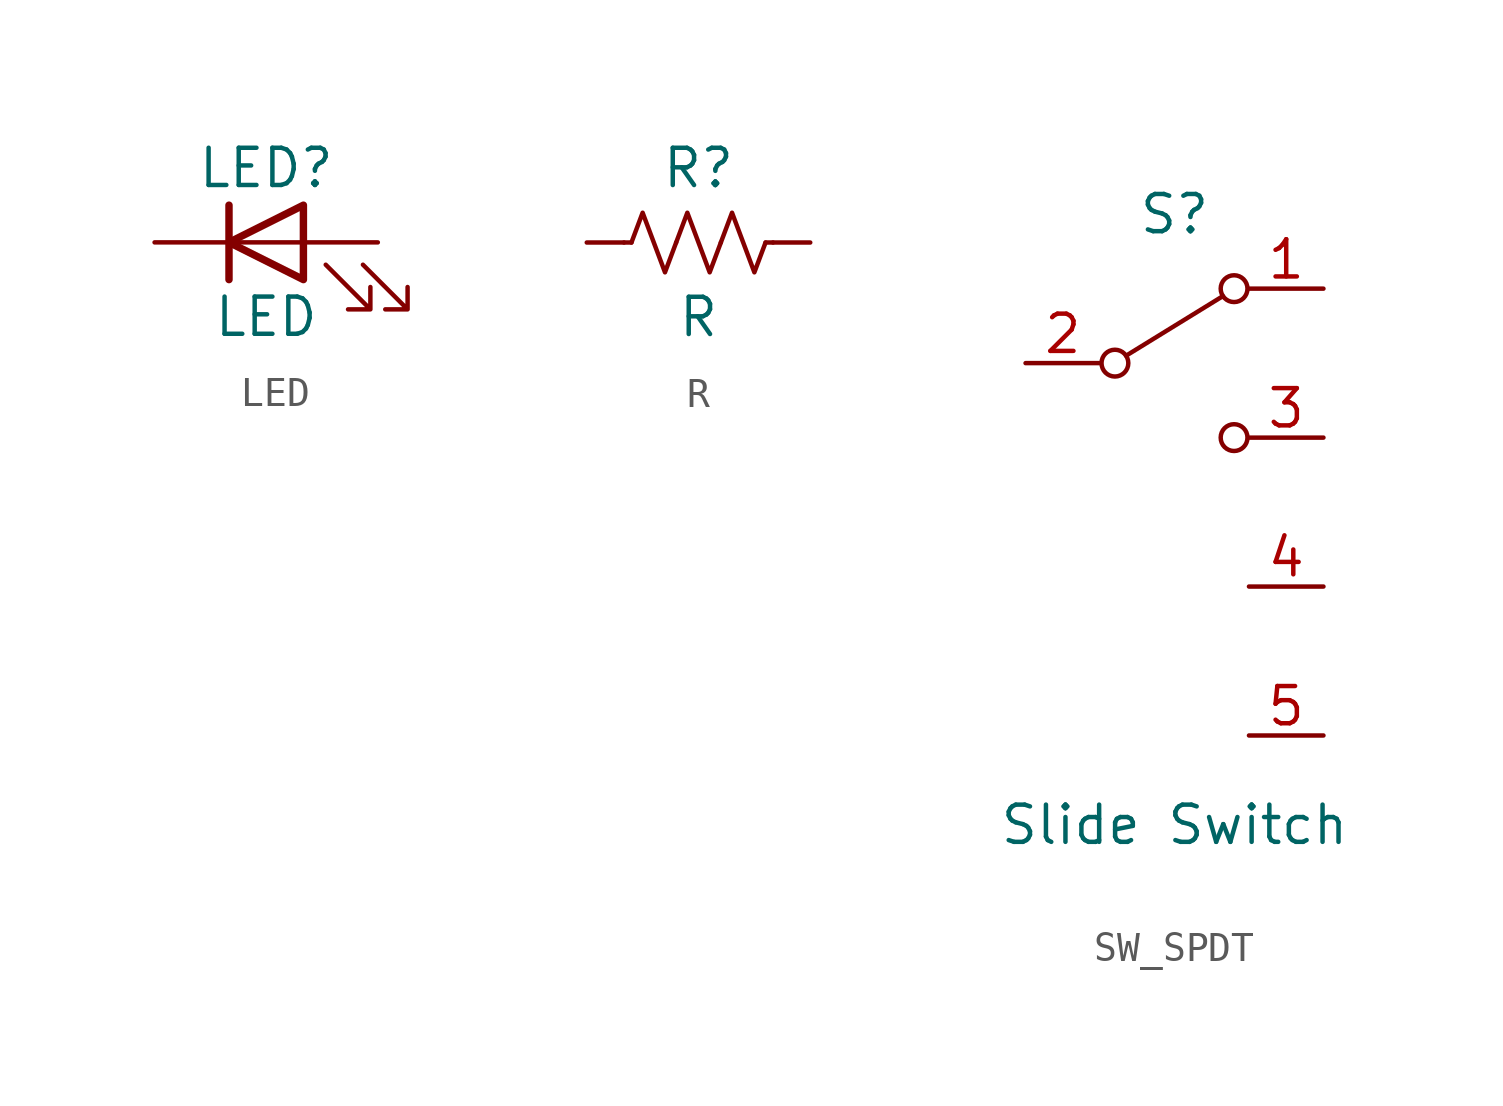
<source format=kicad_sym>
(kicad_symbol_lib
  (version 20241209)
  (generator "kicad_symbol_editor")
  (generator_version "9.0")
  (symbol "LED"
    (pin_numbers
      (hide yes))
    (pin_names
      (offset 1.016)
      (hide yes))
    (property "Reference" "LED"
      (at 0 2.54 0)
      (effects (font (size 1.27 1.27))))
    (property "Value" "LED"
      (at 0 -2.54 0)
      (effects (font (size 1.27 1.27))))
    (symbol "LED_0_1"
      (polyline (pts (xy -1.27 0) (xy 1.27 0)) (stroke (width 0) (type default)) (fill (type none)))
      (polyline (pts (xy -1.27 -1.27) (xy -1.27 1.27)) (stroke (width 0.254) (type default)) (fill (type none)))
      (polyline (pts (xy 1.27 -1.27) (xy 1.27 1.27) (xy -1.27 0) (xy 1.27 -1.27)) (stroke (width 0.254) (type default)) (fill (type none)))
      (polyline (pts (xy 2.032 -0.762) (xy 3.556 -2.286) (xy 3.556 -1.524) (xy 3.556 -2.286) (xy 2.794 -2.286)) (stroke (width 0) (type default)) (fill (type none)))
      (polyline (pts (xy 3.302 -0.762) (xy 4.826 -2.286) (xy 4.826 -1.524) (xy 4.826 -2.286) (xy 4.064 -2.286)) (stroke (width 0) (type default)) (fill (type none))))
    (symbol "LED_1_1"
      (pin passive line (at -3.81 0 0) (length 2.54) (name "K" (effects (font (size 1.27 1.27)))) (number "K" (effects (font (size 1.27 1.27)))))
      (pin passive line (at 3.81 0 180) (length 2.54) (name "A" (effects (font (size 1.27 1.27)))) (number "A" (effects (font (size 1.27 1.27)))))))
  (symbol "R"
    (pin_numbers
      (hide yes))
    (pin_names
      (offset 0))
    (property "Reference" "R"
      (at 0 2.54 0)
      (effects (font (size 1.27 1.27))))
    (property "Value" "R"
      (at 0 -2.54 0)
      (effects (font (size 1.27 1.27))))
    (symbol "R_0_1"
      (polyline (pts (xy -2.286 0) (xy -2.54 0)) (stroke (width 0) (type default)) (fill (type none)))
      (polyline (pts (xy -2.286 0) (xy -1.905 1.016) (xy -1.524 0) (xy -1.143 -1.016) (xy -0.762 0)) (stroke (width 0) (type default)) (fill (type none)))
      (polyline (pts (xy -0.762 0) (xy -0.381 1.016) (xy 0 0) (xy 0.381 -1.016) (xy 0.762 0)) (stroke (width 0) (type default)) (fill (type none)))
      (polyline (pts (xy 0.762 0) (xy 1.143 1.016) (xy 1.524 0) (xy 1.905 -1.016) (xy 2.286 0)) (stroke (width 0) (type default)) (fill (type none)))
      (polyline (pts (xy 2.286 0) (xy 2.54 0)) (stroke (width 0) (type default)) (fill (type none))))
    (symbol "R_1_1"
      (pin passive line (at -3.81 0 0) (length 1.27) (name "~" (effects (font (size 1.27 1.27)))) (number "P$1" (effects (font (size 1.27 1.27)))))
      (pin passive line (at 3.81 0 180) (length 1.27) (name "~" (effects (font (size 1.27 1.27)))) (number "P$2" (effects (font (size 1.27 1.27)))))))
  (symbol "SW_SPDT"
    (pin_names
      (offset 0)
      (hide yes))
    (property "Reference" "S"
      (at 0 5.08 0)
      (effects (font (size 1.27 1.27))))
    (property "Value" "Slide Switch"
      (at 0 -15.748 0)
      (effects (font (size 1.27 1.27))))
    (symbol "SW_SPDT_0_1"
      (circle (center -2.032 0) (radius 0.457) (stroke (width 0) (type default)) (fill (type none)))
      (polyline (pts (xy -1.651 0.254) (xy 1.651 2.286)) (stroke (width 0) (type default)) (fill (type none)))
      (circle (center 2.032 2.54) (radius 0.457) (stroke (width 0) (type default)) (fill (type none)))
      (circle (center 2.032 -2.54) (radius 0.457) (stroke (width 0) (type default)) (fill (type none))))
    (symbol "SW_SPDT_1_1"
      (pin passive line (at -5.08 0 0) (length 2.54) (name "B" (effects (font (size 1.27 1.27)))) (number "2" (effects (font (size 1.27 1.27)))))
      (pin passive line (at 5.08 2.54 180) (length 2.54) (name "A" (effects (font (size 1.27 1.27)))) (number "1" (effects (font (size 1.27 1.27)))))
      (pin passive line (at 5.08 -2.54 180) (length 2.54) (name "C" (effects (font (size 1.27 1.27)))) (number "3" (effects (font (size 1.27 1.27)))))
      (pin passive line (at 5.08 -7.62 180) (length 2.54) (name "Case" (effects (font (size 1.27 1.27)))) (number "4" (effects (font (size 1.27 1.27)))))
      (pin passive line (at 5.08 -12.7 180) (length 2.54) (name "Case" (effects (font (size 1.27 1.27)))) (number "5" (effects (font (size 1.27 1.27))))))))
</source>
